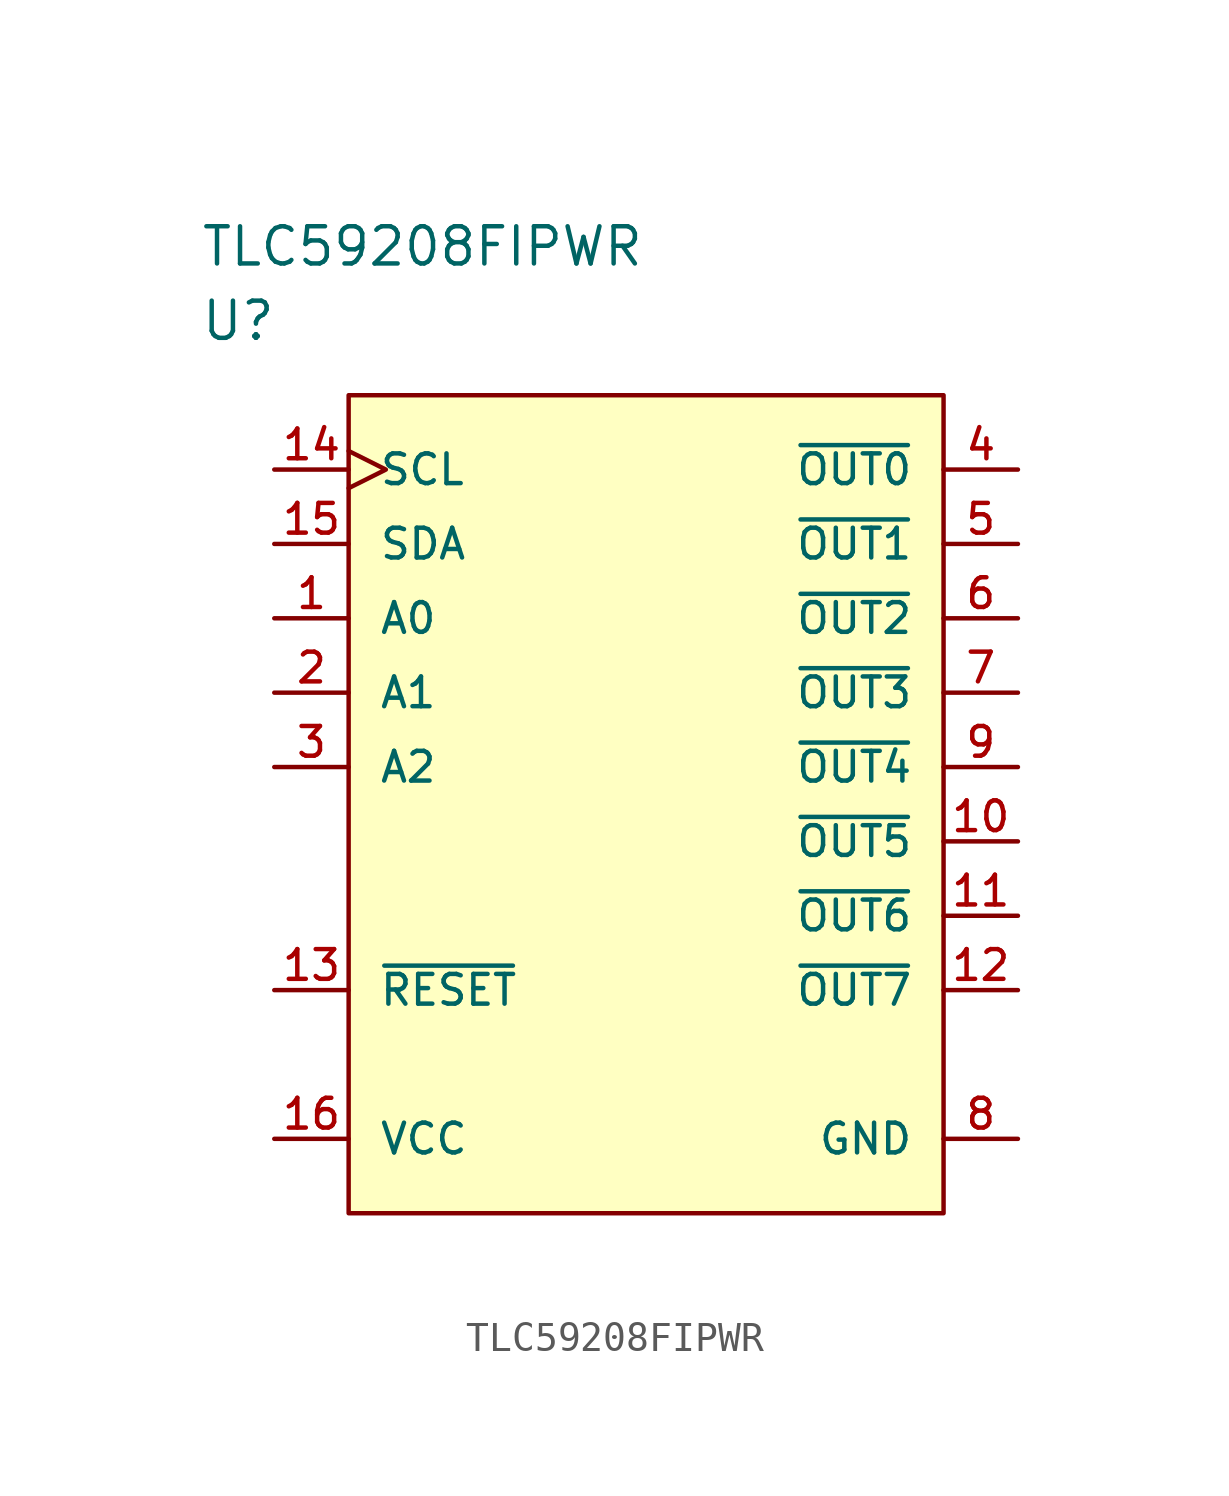
<source format=kicad_sym>
(kicad_symbol_lib
  (version 20211014)
  (generator kicad_symbol_editor)
  (symbol "TLC59208FIPWR"
    (pin_names
      (offset 1.016))
    (property "Reference" "U"
      (at 0 5.08 0)
      (effects (font (size 1.27 1.27)) (justify left)))
    (property "Value" "TLC59208FIPWR"
      (at 0 7.62 0)
      (effects (font (size 1.27 1.27)) (justify left)))
    (property "ki_locked" ""
      (at 0 0 0)
      (effects (font (size 1.27 1.27))))
    (symbol "TLC59208FIPWR_1_1"
      (rectangle (start 5.08 2.54) (end 25.4 -25.4) (stroke (width 0) (type default) (color 0 0 0 0)) (fill (type background)))
      (pin input line (at 2.54 -5.08 0) (length 2.54) (name "A0" (effects (font (size 1.016 1.016)))) (number "1" (effects (font (size 1.016 1.016)))))
      (pin open_collector line (at 27.94 -12.7 180) (length 2.54) (name "~{OUT5}" (effects (font (size 1.016 1.016)))) (number "10" (effects (font (size 1.016 1.016)))))
      (pin open_collector line (at 27.94 -15.24 180) (length 2.54) (name "~{OUT6}" (effects (font (size 1.016 1.016)))) (number "11" (effects (font (size 1.016 1.016)))))
      (pin open_collector line (at 27.94 -17.78 180) (length 2.54) (name "~{OUT7}" (effects (font (size 1.016 1.016)))) (number "12" (effects (font (size 1.016 1.016)))))
      (pin input line (at 2.54 -17.78 0) (length 2.54) (name "~{RESET}" (effects (font (size 1.016 1.016)))) (number "13" (effects (font (size 1.016 1.016)))))
      (pin input clock (at 2.54 0 0) (length 2.54) (name "SCL" (effects (font (size 1.016 1.016)))) (number "14" (effects (font (size 1.016 1.016)))))
      (pin bidirectional line (at 2.54 -2.54 0) (length 2.54) (name "SDA" (effects (font (size 1.016 1.016)))) (number "15" (effects (font (size 1.016 1.016)))))
      (pin power_in line (at 2.54 -22.86 0) (length 2.54) (name "VCC" (effects (font (size 1.016 1.016)))) (number "16" (effects (font (size 1.016 1.016)))))
      (pin input line (at 2.54 -7.62 0) (length 2.54) (name "A1" (effects (font (size 1.016 1.016)))) (number "2" (effects (font (size 1.016 1.016)))))
      (pin input line (at 2.54 -10.16 0) (length 2.54) (name "A2" (effects (font (size 1.016 1.016)))) (number "3" (effects (font (size 1.016 1.016)))))
      (pin open_collector line (at 27.94 0 180) (length 2.54) (name "~{OUT0}" (effects (font (size 1.016 1.016)))) (number "4" (effects (font (size 1.016 1.016)))))
      (pin open_collector line (at 27.94 -2.54 180) (length 2.54) (name "~{OUT1}" (effects (font (size 1.016 1.016)))) (number "5" (effects (font (size 1.016 1.016)))))
      (pin open_collector line (at 27.94 -5.08 180) (length 2.54) (name "~{OUT2}" (effects (font (size 1.016 1.016)))) (number "6" (effects (font (size 1.016 1.016)))))
      (pin open_collector line (at 27.94 -7.62 180) (length 2.54) (name "~{OUT3}" (effects (font (size 1.016 1.016)))) (number "7" (effects (font (size 1.016 1.016)))))
      (pin power_in line (at 27.94 -22.86 180) (length 2.54) (name "GND" (effects (font (size 1.016 1.016)))) (number "8" (effects (font (size 1.016 1.016)))))
      (pin open_collector line (at 27.94 -10.16 180) (length 2.54) (name "~{OUT4}" (effects (font (size 1.016 1.016)))) (number "9" (effects (font (size 1.016 1.016))))))))
</source>
